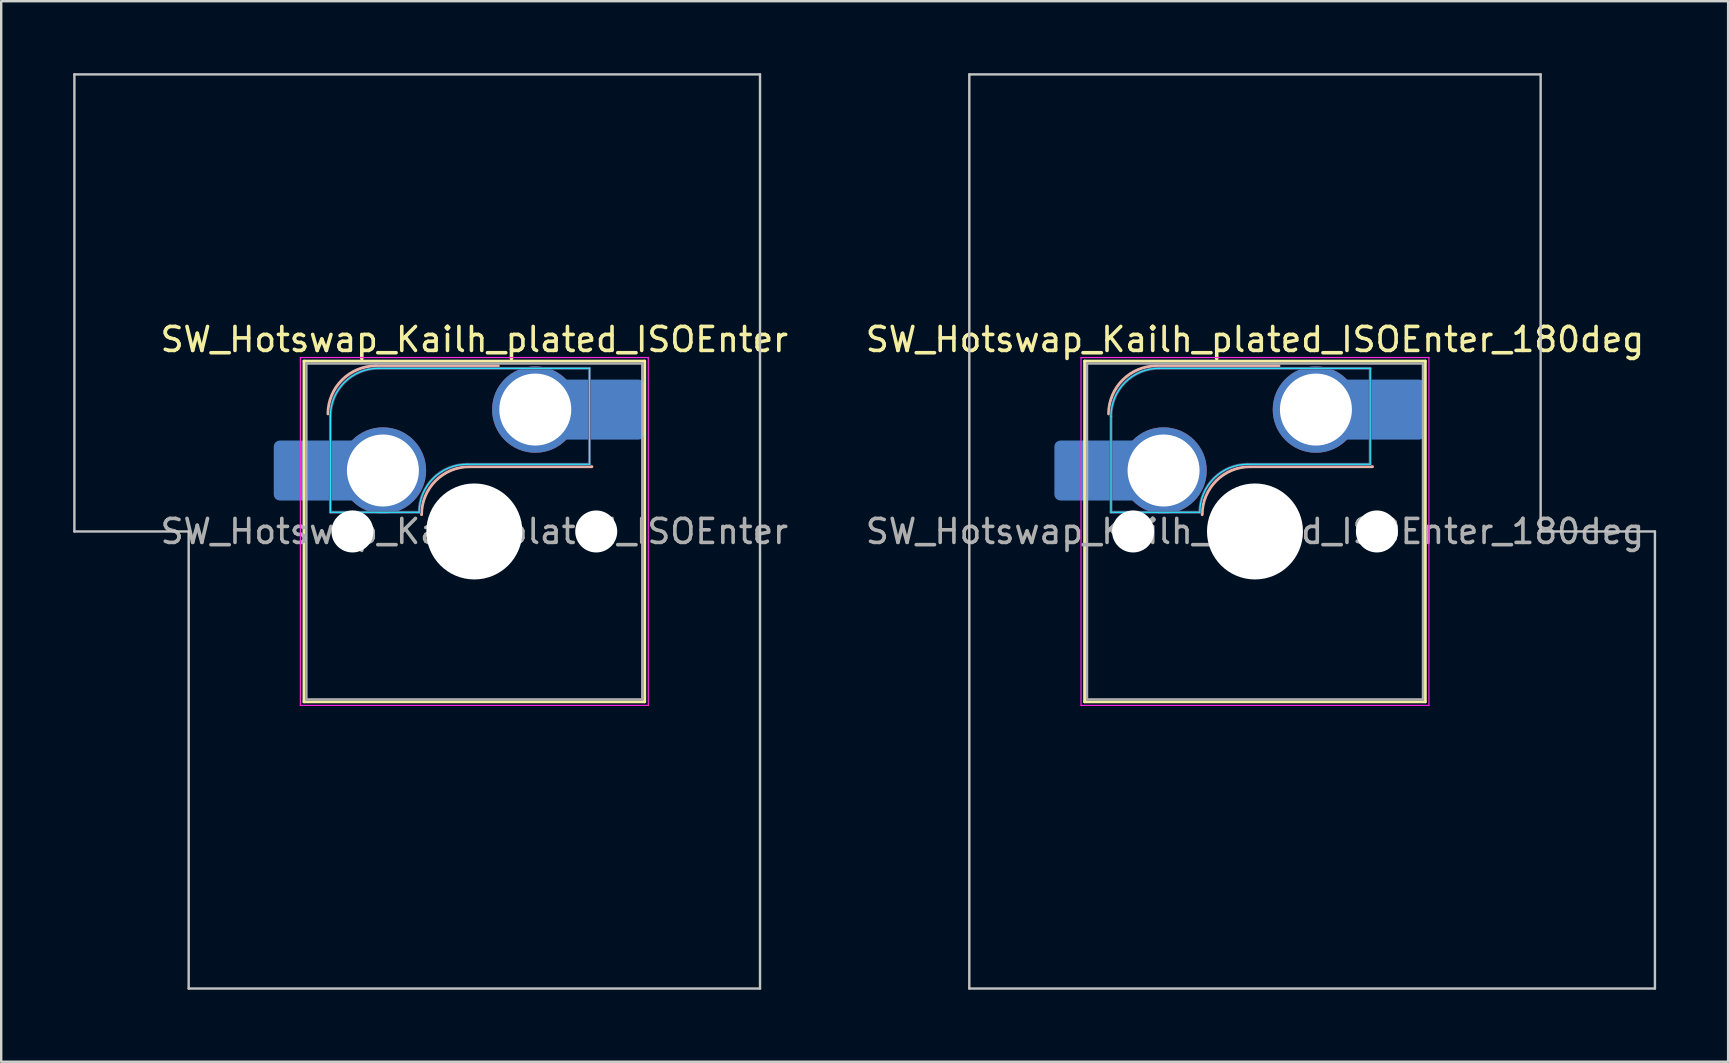
<source format=kicad_pcb>
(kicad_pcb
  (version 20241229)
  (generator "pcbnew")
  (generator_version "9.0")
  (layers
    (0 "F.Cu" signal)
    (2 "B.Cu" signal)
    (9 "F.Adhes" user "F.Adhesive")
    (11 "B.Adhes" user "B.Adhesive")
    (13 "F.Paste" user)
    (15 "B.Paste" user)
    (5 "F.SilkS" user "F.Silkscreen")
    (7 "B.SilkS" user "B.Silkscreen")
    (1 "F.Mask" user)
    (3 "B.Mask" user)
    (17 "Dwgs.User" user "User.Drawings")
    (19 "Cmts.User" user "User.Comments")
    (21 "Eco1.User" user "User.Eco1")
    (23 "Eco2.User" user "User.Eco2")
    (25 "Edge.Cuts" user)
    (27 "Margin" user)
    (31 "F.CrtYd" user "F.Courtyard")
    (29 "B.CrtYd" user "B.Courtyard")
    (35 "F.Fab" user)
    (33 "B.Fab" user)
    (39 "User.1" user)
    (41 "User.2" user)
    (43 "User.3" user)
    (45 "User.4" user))
  (footprint "SW_Hotswap_Kailh_plated_ISOEnter_180deg"
    (layer "F.Cu")
    (at 49.254 19.1)
    (property "Reference" "SW_Hotswap_Kailh_plated_ISOEnter_180deg" (at 0 -8 0) (layer "F.SilkS") (effects (font (size 1 1) (thickness 0.15))))
    (attr smd)
    (fp_line (start -7.1 -7.1) (end -7.1 7.1) (stroke (width 0.12) (type solid)) (layer "F.SilkS"))
    (fp_line (start -7.1 7.1) (end 7.1 7.1) (stroke (width 0.12) (type solid)) (layer "F.SilkS"))
    (fp_line (start 7.1 -7.1) (end -7.1 -7.1) (stroke (width 0.12) (type solid)) (layer "F.SilkS"))
    (fp_line (start 7.1 7.1) (end 7.1 -7.1) (stroke (width 0.12) (type solid)) (layer "F.SilkS"))
    (fp_line (start -4.1 -6.9) (end 1 -6.9) (stroke (width 0.12) (type solid)) (layer "B.SilkS"))
    (fp_line (start -0.2 -2.7) (end 4.9 -2.7) (stroke (width 0.12) (type solid)) (layer "B.SilkS"))
    (fp_arc (start -6.1 -4.9) (mid -5.514214 -6.314214) (end -4.1 -6.9) (stroke (width 0.12) (type solid)) (layer "B.SilkS"))
    (fp_arc (start -2.2 -0.7) (mid -1.614214 -2.114214) (end -0.2 -2.7) (stroke (width 0.12) (type solid)) (layer "B.SilkS"))
    (fp_line (start -11.906 -19.05) (end -11.906 19.05) (stroke (width 0.1) (type solid)) (layer "Dwgs.User"))
    (fp_line (start -11.906 19.05) (end 16.669 19.05) (stroke (width 0.1) (type solid)) (layer "Dwgs.User"))
    (fp_line (start 11.906 -19.05) (end -11.906 -19.05) (stroke (width 0.1) (type solid)) (layer "Dwgs.User"))
    (fp_line (start 11.906 0) (end 11.906 -19.05) (stroke (width 0.1) (type solid)) (layer "Dwgs.User"))
    (fp_line (start 16.669 0) (end 11.906 0) (stroke (width 0.1) (type solid)) (layer "Dwgs.User"))
    (fp_line (start 16.669 19.05) (end 16.669 0) (stroke (width 0.1) (type solid)) (layer "Dwgs.User"))
    (fp_line (start -7.8 -6) (end -7 -6) (stroke (width 0.1) (type solid)) (layer "Eco1.User"))
    (fp_line (start -7.8 -2.9) (end -7.8 -6) (stroke (width 0.1) (type solid)) (layer "Eco1.User"))
    (fp_line (start -7.8 2.9) (end -7 2.9) (stroke (width 0.1) (type solid)) (layer "Eco1.User"))
    (fp_line (start -7.8 6) (end -7.8 2.9) (stroke (width 0.1) (type solid)) (layer "Eco1.User"))
    (fp_line (start -7 -7) (end 7 -7) (stroke (width 0.1) (type solid)) (layer "Eco1.User"))
    (fp_line (start -7 -6) (end -7 -7) (stroke (width 0.1) (type solid)) (layer "Eco1.User"))
    (fp_line (start -7 -2.9) (end -7.8 -2.9) (stroke (width 0.1) (type solid)) (layer "Eco1.User"))
    (fp_line (start -7 2.9) (end -7 -2.9) (stroke (width 0.1) (type solid)) (layer "Eco1.User"))
    (fp_line (start -7 6) (end -7.8 6) (stroke (width 0.1) (type solid)) (layer "Eco1.User"))
    (fp_line (start -7 7) (end -7 6) (stroke (width 0.1) (type solid)) (layer "Eco1.User"))
    (fp_line (start 7 -7) (end 7 -6) (stroke (width 0.1) (type solid)) (layer "Eco1.User"))
    (fp_line (start 7 -6) (end 7.8 -6) (stroke (width 0.1) (type solid)) (layer "Eco1.User"))
    (fp_line (start 7 -2.9) (end 7 2.9) (stroke (width 0.1) (type solid)) (layer "Eco1.User"))
    (fp_line (start 7 2.9) (end 7.8 2.9) (stroke (width 0.1) (type solid)) (layer "Eco1.User"))
    (fp_line (start 7 6) (end 7 7) (stroke (width 0.1) (type solid)) (layer "Eco1.User"))
    (fp_line (start 7 7) (end -7 7) (stroke (width 0.1) (type solid)) (layer "Eco1.User"))
    (fp_line (start 7.8 -6) (end 7.8 -2.9) (stroke (width 0.1) (type solid)) (layer "Eco1.User"))
    (fp_line (start 7.8 -2.9) (end 7 -2.9) (stroke (width 0.1) (type solid)) (layer "Eco1.User"))
    (fp_line (start 7.8 2.9) (end 7.8 6) (stroke (width 0.1) (type solid)) (layer "Eco1.User"))
    (fp_line (start 7.8 6) (end 7 6) (stroke (width 0.1) (type solid)) (layer "Eco1.User"))
    (fp_line (start -6 -0.8) (end -6 -4.8) (stroke (width 0.05) (type solid)) (layer "B.CrtYd"))
    (fp_line (start -6 -0.8) (end -2.3 -0.8) (stroke (width 0.05) (type solid)) (layer "B.CrtYd"))
    (fp_line (start -4 -6.8) (end 4.8 -6.8) (stroke (width 0.05) (type solid)) (layer "B.CrtYd"))
    (fp_line (start -0.3 -2.8) (end 4.8 -2.8) (stroke (width 0.05) (type solid)) (layer "B.CrtYd"))
    (fp_line (start 4.8 -6.8) (end 4.8 -2.8) (stroke (width 0.05) (type solid)) (layer "B.CrtYd"))
    (fp_arc (start -6 -4.8) (mid -5.414214 -6.214214) (end -4 -6.8) (stroke (width 0.05) (type solid)) (layer "B.CrtYd"))
    (fp_arc (start -2.3 -0.8) (mid -1.714214 -2.214214) (end -0.3 -2.8) (stroke (width 0.05) (type solid)) (layer "B.CrtYd"))
    (fp_line (start -7.25 -7.25) (end -7.25 7.25) (stroke (width 0.05) (type solid)) (layer "F.CrtYd"))
    (fp_line (start -7.25 7.25) (end 7.25 7.25) (stroke (width 0.05) (type solid)) (layer "F.CrtYd"))
    (fp_line (start 7.25 -7.25) (end -7.25 -7.25) (stroke (width 0.05) (type solid)) (layer "F.CrtYd"))
    (fp_line (start 7.25 7.25) (end 7.25 -7.25) (stroke (width 0.05) (type solid)) (layer "F.CrtYd"))
    (fp_line (start -6 -0.8) (end -6 -4.8) (stroke (width 0.12) (type solid)) (layer "B.Fab"))
    (fp_line (start -6 -0.8) (end -2.3 -0.8) (stroke (width 0.12) (type solid)) (layer "B.Fab"))
    (fp_line (start -4 -6.8) (end 4.8 -6.8) (stroke (width 0.12) (type solid)) (layer "B.Fab"))
    (fp_line (start -0.3 -2.8) (end 4.8 -2.8) (stroke (width 0.12) (type solid)) (layer "B.Fab"))
    (fp_line (start 4.8 -6.8) (end 4.8 -2.8) (stroke (width 0.12) (type solid)) (layer "B.Fab"))
    (fp_arc (start -6 -4.8) (mid -5.414214 -6.214214) (end -4 -6.8) (stroke (width 0.12) (type solid)) (layer "B.Fab"))
    (fp_arc (start -2.3 -0.8) (mid -1.714214 -2.214214) (end -0.3 -2.8) (stroke (width 0.12) (type solid)) (layer "B.Fab"))
    (fp_line (start -7 -7) (end -7 7) (stroke (width 0.1) (type solid)) (layer "F.Fab"))
    (fp_line (start -7 7) (end 7 7) (stroke (width 0.1) (type solid)) (layer "F.Fab"))
    (fp_line (start 7 -7) (end -7 -7) (stroke (width 0.1) (type solid)) (layer "F.Fab"))
    (fp_line (start 7 7) (end 7 -7) (stroke (width 0.1) (type solid)) (layer "F.Fab"))
    (fp_text user "${REFERENCE}" (at 0 0 0) (layer "F.Fab") (effects (font (size 1 1) (thickness 0.15))))
    (pad "" smd roundrect (at -7.085 -2.54) (size 2.55 2.5) (layers "B.Mask" "B.Paste") (roundrect_rratio 0.1))
    (pad "" np_thru_hole circle (at -5.08 0) (size 1.75 1.75) (drill 1.75) (layers "*.Cu" "*.Mask"))
    (pad "" np_thru_hole circle (at 0 0) (size 4 4) (drill 4) (layers "*.Cu" "*.Mask"))
    (pad "" np_thru_hole circle (at 5.08 0) (size 1.75 1.75) (drill 1.75) (layers "*.Cu" "*.Mask"))
    (pad "" smd roundrect (at 5.842 -5.08) (size 2.55 2.5) (layers "B.Mask" "B.Paste") (roundrect_rratio 0.1))
    (pad "1" smd roundrect (at -6.585 -2.54) (size 3.55 2.5) (layers "B.Cu") (roundrect_rratio 0.1))
    (pad "1" thru_hole circle (at -3.81 -2.54) (size 3.6 3.6) (drill 3) (layers "*.Cu" "B.Mask"))
    (pad "2" thru_hole circle (at 2.54 -5.08) (size 3.6 3.6) (drill 3) (layers "*.Cu" "B.Mask"))
    (pad "2" smd roundrect (at 5.32 -5.08) (size 3.55 2.5) (layers "B.Cu") (roundrect_rratio 0.1)))
  (footprint "SW_Hotswap_Kailh_plated_ISOEnter"
    (layer "F.Cu")
    (at 16.719 19.1)
    (property "Reference" "SW_Hotswap_Kailh_plated_ISOEnter" (at 0 -8 0) (layer "F.SilkS") (effects (font (size 1 1) (thickness 0.15))))
    (attr smd)
    (fp_line (start -7.1 -7.1) (end -7.1 7.1) (stroke (width 0.12) (type solid)) (layer "F.SilkS"))
    (fp_line (start -7.1 7.1) (end 7.1 7.1) (stroke (width 0.12) (type solid)) (layer "F.SilkS"))
    (fp_line (start 7.1 -7.1) (end -7.1 -7.1) (stroke (width 0.12) (type solid)) (layer "F.SilkS"))
    (fp_line (start 7.1 7.1) (end 7.1 -7.1) (stroke (width 0.12) (type solid)) (layer "F.SilkS"))
    (fp_line (start -4.1 -6.9) (end 1 -6.9) (stroke (width 0.12) (type solid)) (layer "B.SilkS"))
    (fp_line (start -0.2 -2.7) (end 4.9 -2.7) (stroke (width 0.12) (type solid)) (layer "B.SilkS"))
    (fp_arc (start -6.1 -4.9) (mid -5.514214 -6.314214) (end -4.1 -6.9) (stroke (width 0.12) (type solid)) (layer "B.SilkS"))
    (fp_arc (start -2.2 -0.7) (mid -1.614214 -2.114214) (end -0.2 -2.7) (stroke (width 0.12) (type solid)) (layer "B.SilkS"))
    (fp_line (start -16.669 -19.05) (end -16.669 0) (stroke (width 0.1) (type solid)) (layer "Dwgs.User"))
    (fp_line (start -16.669 0) (end -11.906 0) (stroke (width 0.1) (type solid)) (layer "Dwgs.User"))
    (fp_line (start -11.906 0) (end -11.906 19.05) (stroke (width 0.1) (type solid)) (layer "Dwgs.User"))
    (fp_line (start -11.906 19.05) (end 11.906 19.05) (stroke (width 0.1) (type solid)) (layer "Dwgs.User"))
    (fp_line (start 11.906 -19.05) (end -16.669 -19.05) (stroke (width 0.1) (type solid)) (layer "Dwgs.User"))
    (fp_line (start 11.906 19.05) (end 11.906 -19.05) (stroke (width 0.1) (type solid)) (layer "Dwgs.User"))
    (fp_line (start -7.8 -6) (end -7 -6) (stroke (width 0.1) (type solid)) (layer "Eco1.User"))
    (fp_line (start -7.8 -2.9) (end -7.8 -6) (stroke (width 0.1) (type solid)) (layer "Eco1.User"))
    (fp_line (start -7.8 2.9) (end -7 2.9) (stroke (width 0.1) (type solid)) (layer "Eco1.User"))
    (fp_line (start -7.8 6) (end -7.8 2.9) (stroke (width 0.1) (type solid)) (layer "Eco1.User"))
    (fp_line (start -7 -7) (end 7 -7) (stroke (width 0.1) (type solid)) (layer "Eco1.User"))
    (fp_line (start -7 -6) (end -7 -7) (stroke (width 0.1) (type solid)) (layer "Eco1.User"))
    (fp_line (start -7 -2.9) (end -7.8 -2.9) (stroke (width 0.1) (type solid)) (layer "Eco1.User"))
    (fp_line (start -7 2.9) (end -7 -2.9) (stroke (width 0.1) (type solid)) (layer "Eco1.User"))
    (fp_line (start -7 6) (end -7.8 6) (stroke (width 0.1) (type solid)) (layer "Eco1.User"))
    (fp_line (start -7 7) (end -7 6) (stroke (width 0.1) (type solid)) (layer "Eco1.User"))
    (fp_line (start 7 -7) (end 7 -6) (stroke (width 0.1) (type solid)) (layer "Eco1.User"))
    (fp_line (start 7 -6) (end 7.8 -6) (stroke (width 0.1) (type solid)) (layer "Eco1.User"))
    (fp_line (start 7 -2.9) (end 7 2.9) (stroke (width 0.1) (type solid)) (layer "Eco1.User"))
    (fp_line (start 7 2.9) (end 7.8 2.9) (stroke (width 0.1) (type solid)) (layer "Eco1.User"))
    (fp_line (start 7 6) (end 7 7) (stroke (width 0.1) (type solid)) (layer "Eco1.User"))
    (fp_line (start 7 7) (end -7 7) (stroke (width 0.1) (type solid)) (layer "Eco1.User"))
    (fp_line (start 7.8 -6) (end 7.8 -2.9) (stroke (width 0.1) (type solid)) (layer "Eco1.User"))
    (fp_line (start 7.8 -2.9) (end 7 -2.9) (stroke (width 0.1) (type solid)) (layer "Eco1.User"))
    (fp_line (start 7.8 2.9) (end 7.8 6) (stroke (width 0.1) (type solid)) (layer "Eco1.User"))
    (fp_line (start 7.8 6) (end 7 6) (stroke (width 0.1) (type solid)) (layer "Eco1.User"))
    (fp_line (start -6 -0.8) (end -6 -4.8) (stroke (width 0.05) (type solid)) (layer "B.CrtYd"))
    (fp_line (start -6 -0.8) (end -2.3 -0.8) (stroke (width 0.05) (type solid)) (layer "B.CrtYd"))
    (fp_line (start -4 -6.8) (end 4.8 -6.8) (stroke (width 0.05) (type solid)) (layer "B.CrtYd"))
    (fp_line (start -0.3 -2.8) (end 4.8 -2.8) (stroke (width 0.05) (type solid)) (layer "B.CrtYd"))
    (fp_line (start 4.8 -6.8) (end 4.8 -2.8) (stroke (width 0.05) (type solid)) (layer "B.CrtYd"))
    (fp_arc (start -6 -4.8) (mid -5.414214 -6.214214) (end -4 -6.8) (stroke (width 0.05) (type solid)) (layer "B.CrtYd"))
    (fp_arc (start -2.3 -0.8) (mid -1.714214 -2.214214) (end -0.3 -2.8) (stroke (width 0.05) (type solid)) (layer "B.CrtYd"))
    (fp_line (start -7.25 -7.25) (end -7.25 7.25) (stroke (width 0.05) (type solid)) (layer "F.CrtYd"))
    (fp_line (start -7.25 7.25) (end 7.25 7.25) (stroke (width 0.05) (type solid)) (layer "F.CrtYd"))
    (fp_line (start 7.25 -7.25) (end -7.25 -7.25) (stroke (width 0.05) (type solid)) (layer "F.CrtYd"))
    (fp_line (start 7.25 7.25) (end 7.25 -7.25) (stroke (width 0.05) (type solid)) (layer "F.CrtYd"))
    (fp_line (start -6 -0.8) (end -6 -4.8) (stroke (width 0.12) (type solid)) (layer "B.Fab"))
    (fp_line (start -6 -0.8) (end -2.3 -0.8) (stroke (width 0.12) (type solid)) (layer "B.Fab"))
    (fp_line (start -4 -6.8) (end 4.8 -6.8) (stroke (width 0.12) (type solid)) (layer "B.Fab"))
    (fp_line (start -0.3 -2.8) (end 4.8 -2.8) (stroke (width 0.12) (type solid)) (layer "B.Fab"))
    (fp_line (start 4.8 -6.8) (end 4.8 -2.8) (stroke (width 0.12) (type solid)) (layer "B.Fab"))
    (fp_arc (start -6 -4.8) (mid -5.414214 -6.214214) (end -4 -6.8) (stroke (width 0.12) (type solid)) (layer "B.Fab"))
    (fp_arc (start -2.3 -0.8) (mid -1.714214 -2.214214) (end -0.3 -2.8) (stroke (width 0.12) (type solid)) (layer "B.Fab"))
    (fp_line (start -7 -7) (end -7 7) (stroke (width 0.1) (type solid)) (layer "F.Fab"))
    (fp_line (start -7 7) (end 7 7) (stroke (width 0.1) (type solid)) (layer "F.Fab"))
    (fp_line (start 7 -7) (end -7 -7) (stroke (width 0.1) (type solid)) (layer "F.Fab"))
    (fp_line (start 7 7) (end 7 -7) (stroke (width 0.1) (type solid)) (layer "F.Fab"))
    (fp_text user "${REFERENCE}" (at 0 0 0) (layer "F.Fab") (effects (font (size 1 1) (thickness 0.15))))
    (pad "" smd roundrect (at -7.085 -2.54) (size 2.55 2.5) (layers "B.Mask" "B.Paste") (roundrect_rratio 0.1))
    (pad "" np_thru_hole circle (at -5.08 0) (size 1.75 1.75) (drill 1.75) (layers "*.Cu" "*.Mask"))
    (pad "" np_thru_hole circle (at 0 0) (size 4 4) (drill 4) (layers "*.Cu" "*.Mask"))
    (pad "" np_thru_hole circle (at 5.08 0) (size 1.75 1.75) (drill 1.75) (layers "*.Cu" "*.Mask"))
    (pad "" smd roundrect (at 5.842 -5.08) (size 2.55 2.5) (layers "B.Mask" "B.Paste") (roundrect_rratio 0.1))
    (pad "1" smd roundrect (at -6.585 -2.54) (size 3.55 2.5) (layers "B.Cu") (roundrect_rratio 0.1))
    (pad "1" thru_hole circle (at -3.81 -2.54) (size 3.6 3.6) (drill 3) (layers "*.Cu" "B.Mask"))
    (pad "2" thru_hole circle (at 2.54 -5.08) (size 3.6 3.6) (drill 3) (layers "*.Cu" "B.Mask"))
    (pad "2" smd roundrect (at 5.32 -5.08) (size 3.55 2.5) (layers "B.Cu") (roundrect_rratio 0.1)))
  (gr_rect
    (start -3 -3)
    (end 68.973 41.2)
    (stroke (width 0.1) (type default))
    (fill no)
    (layer "Edge.Cuts")))
</source>
